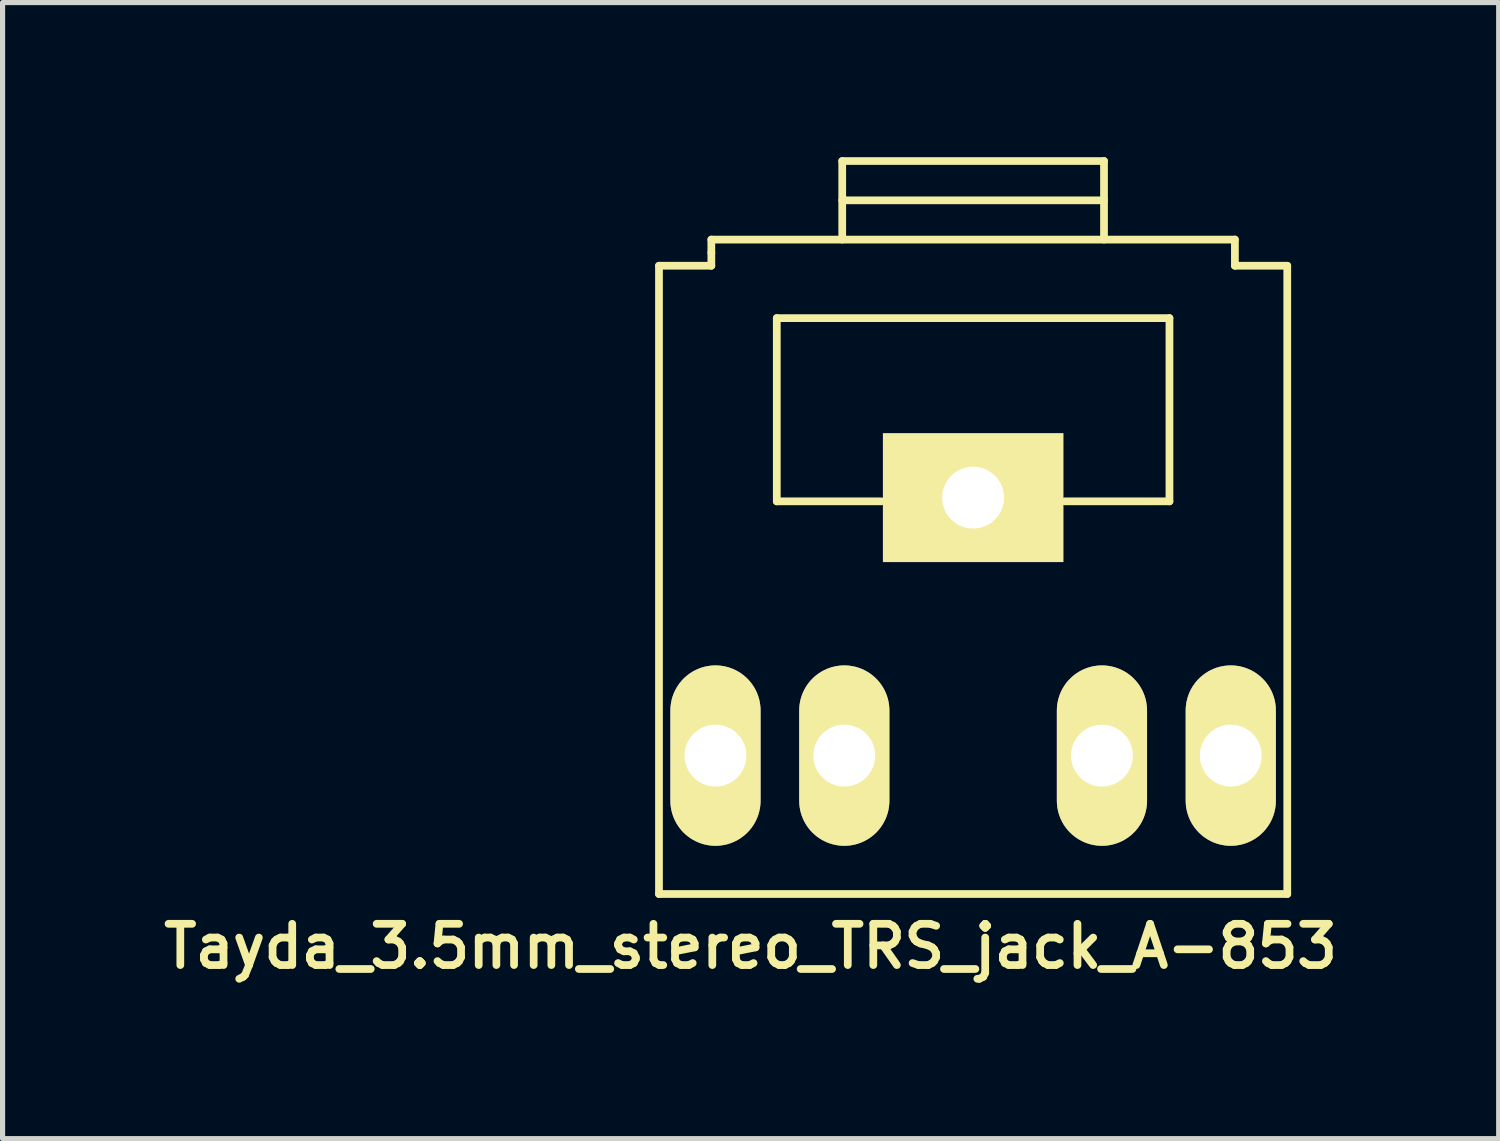
<source format=kicad_pcb>
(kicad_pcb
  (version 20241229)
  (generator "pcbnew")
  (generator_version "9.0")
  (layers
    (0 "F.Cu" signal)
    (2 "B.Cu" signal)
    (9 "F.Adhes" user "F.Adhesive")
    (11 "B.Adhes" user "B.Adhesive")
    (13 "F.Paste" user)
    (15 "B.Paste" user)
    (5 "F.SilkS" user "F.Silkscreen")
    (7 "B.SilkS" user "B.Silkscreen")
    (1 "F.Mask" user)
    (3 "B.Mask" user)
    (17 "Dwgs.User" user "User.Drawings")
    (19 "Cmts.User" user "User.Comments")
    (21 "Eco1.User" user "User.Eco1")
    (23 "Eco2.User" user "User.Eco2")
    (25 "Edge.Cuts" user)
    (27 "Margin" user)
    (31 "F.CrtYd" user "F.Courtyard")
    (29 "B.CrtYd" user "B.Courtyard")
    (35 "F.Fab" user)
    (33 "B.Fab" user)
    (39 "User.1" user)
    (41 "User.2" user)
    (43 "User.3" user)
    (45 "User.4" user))
  (footprint "Tayda_3.5mm_stereo_TRS_jack_A-853"
    (layer "F.Cu")
    (at 15.834 8.203)
    (property "Reference" "Tayda_3.5mm_stereo_TRS_jack_A-853" (at -4.318 7.112 0) (layer "F.SilkS") (effects (font (size 0.8 0.8) (thickness 0.15))))
    (attr through_hole)
    (fp_line (start -6.096 6.096) (end -6.096 -6.096) (stroke (width 0.15) (type solid)) (layer "F.SilkS"))
    (fp_line (start -5.08 -6.604) (end 5.08 -6.604) (stroke (width 0.15) (type solid)) (layer "F.SilkS"))
    (fp_line (start -5.08 -6.35) (end -5.08 -6.604) (stroke (width 0.15) (type solid)) (layer "F.SilkS"))
    (fp_line (start -5.08 -6.096) (end -6.096 -6.096) (stroke (width 0.15) (type solid)) (layer "F.SilkS"))
    (fp_line (start -5.08 -6.096) (end -5.08 -6.35) (stroke (width 0.15) (type solid)) (layer "F.SilkS"))
    (fp_line (start -3.81 -5.08) (end 3.81 -5.08) (stroke (width 0.15) (type solid)) (layer "F.SilkS"))
    (fp_line (start -3.81 -1.524) (end -3.81 -5.08) (stroke (width 0.15) (type solid)) (layer "F.SilkS"))
    (fp_line (start -2.54 -8.128) (end -2.54 -6.604) (stroke (width 0.15) (type solid)) (layer "F.SilkS"))
    (fp_line (start -2.54 -8.128) (end 2.54 -8.128) (stroke (width 0.15) (type solid)) (layer "F.SilkS"))
    (fp_line (start -2.54 -7.366) (end 2.54 -7.366) (stroke (width 0.15) (type solid)) (layer "F.SilkS"))
    (fp_line (start -1.778 -1.524) (end -3.81 -1.524) (stroke (width 0.15) (type solid)) (layer "F.SilkS"))
    (fp_line (start 2.54 -6.604) (end 2.54 -8.128) (stroke (width 0.15) (type solid)) (layer "F.SilkS"))
    (fp_line (start 3.81 -5.08) (end 3.81 -1.524) (stroke (width 0.15) (type solid)) (layer "F.SilkS"))
    (fp_line (start 3.81 -1.524) (end 1.778 -1.524) (stroke (width 0.15) (type solid)) (layer "F.SilkS"))
    (fp_line (start 5.08 -6.604) (end 5.08 -6.096) (stroke (width 0.15) (type solid)) (layer "F.SilkS"))
    (fp_line (start 6.096 -6.096) (end 5.08 -6.096) (stroke (width 0.15) (type solid)) (layer "F.SilkS"))
    (fp_line (start 6.096 -6.096) (end 6.096 6.096) (stroke (width 0.15) (type solid)) (layer "F.SilkS"))
    (fp_line (start 6.096 6.096) (end -6.096 6.096) (stroke (width 0.15) (type solid)) (layer "F.SilkS"))
    (pad "R" thru_hole oval (at 5 3.41) (size 1.75 3.5) (drill 1.2) (layers "*.Cu" "*.Mask" "F.SilkS"))
    (pad "RN" thru_hole oval (at 2.5 3.41) (size 1.75 3.5) (drill 1.2) (layers "*.Cu" "*.Mask" "F.SilkS"))
    (pad "S" thru_hole rect (at 0 -1.596) (size 3.5 2.5) (drill 1.2) (layers "*.Cu" "*.Mask" "F.SilkS"))
    (pad "T" thru_hole oval (at -5 3.41) (size 1.75 3.5) (drill 1.2) (layers "*.Cu" "*.Mask" "F.SilkS"))
    (pad "TN" thru_hole oval (at -2.5 3.41) (size 1.75 3.5) (drill 1.2) (layers "*.Cu" "*.Mask" "F.SilkS")))
  (gr_rect
    (start -3 -3)
    (end 26.033 19.046)
    (stroke (width 0.1) (type default))
    (fill no)
    (layer "Edge.Cuts")))
</source>
